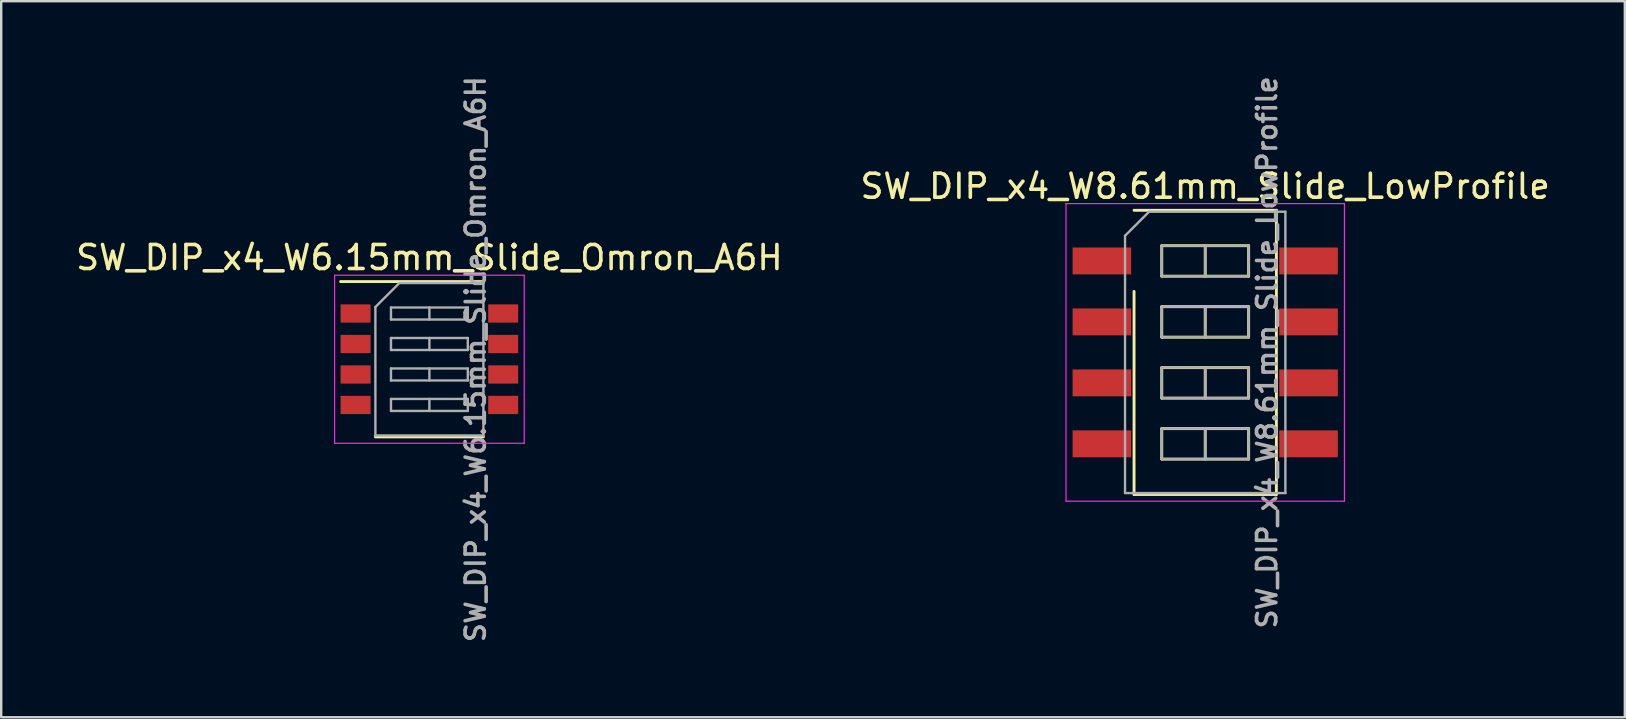
<source format=kicad_pcb>
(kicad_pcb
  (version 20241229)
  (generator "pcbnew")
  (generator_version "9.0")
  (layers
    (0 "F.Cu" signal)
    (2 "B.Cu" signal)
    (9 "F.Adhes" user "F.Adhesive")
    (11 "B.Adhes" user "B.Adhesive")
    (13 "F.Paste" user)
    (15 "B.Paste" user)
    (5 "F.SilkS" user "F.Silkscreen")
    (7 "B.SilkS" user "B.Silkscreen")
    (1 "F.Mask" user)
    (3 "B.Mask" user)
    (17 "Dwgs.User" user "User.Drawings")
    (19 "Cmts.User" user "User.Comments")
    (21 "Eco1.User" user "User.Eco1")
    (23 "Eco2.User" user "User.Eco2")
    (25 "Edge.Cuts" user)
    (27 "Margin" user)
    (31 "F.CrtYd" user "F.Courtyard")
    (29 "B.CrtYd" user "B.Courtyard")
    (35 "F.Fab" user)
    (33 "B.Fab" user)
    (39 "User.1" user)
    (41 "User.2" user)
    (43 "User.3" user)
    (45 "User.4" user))
  (footprint "SW_DIP_x4_W6.15mm_Slide_Omron_A6H"
    (layer "F.Cu")
    (at 14.839 11.916)
    (property "Reference" "SW_DIP_x4_W6.15mm_Slide_Omron_A6H" (at 0 -4.235 0) (layer "F.SilkS") (effects (font (size 1 1) (thickness 0.15))))
    (attr smd)
    (fp_line (start -3.7 -3.235) (end 2.25 -3.235) (stroke (width 0.12) (type solid)) (layer "F.SilkS"))
    (fp_line (start -2.25 3.235) (end 2.25 3.235) (stroke (width 0.12) (type solid)) (layer "F.SilkS"))
    (fp_line (start -3.95 -3.5) (end -3.95 3.5) (stroke (width 0.05) (type solid)) (layer "F.CrtYd"))
    (fp_line (start -3.95 3.5) (end 3.95 3.5) (stroke (width 0.05) (type solid)) (layer "F.CrtYd"))
    (fp_line (start 3.95 -3.5) (end -3.95 -3.5) (stroke (width 0.05) (type solid)) (layer "F.CrtYd"))
    (fp_line (start 3.95 3.5) (end 3.95 -3.5) (stroke (width 0.05) (type solid)) (layer "F.CrtYd"))
    (fp_line (start -2.25 -2.175) (end -1.25 -3.175) (stroke (width 0.1) (type solid)) (layer "F.Fab"))
    (fp_line (start -2.25 3.175) (end -2.25 -2.175) (stroke (width 0.1) (type solid)) (layer "F.Fab"))
    (fp_line (start -1.6 -2.155) (end -1.6 -1.655) (stroke (width 0.1) (type solid)) (layer "F.Fab"))
    (fp_line (start -1.6 -1.655) (end 1.6 -1.655) (stroke (width 0.1) (type solid)) (layer "F.Fab"))
    (fp_line (start -1.6 -0.885) (end -1.6 -0.385) (stroke (width 0.1) (type solid)) (layer "F.Fab"))
    (fp_line (start -1.6 -0.385) (end 1.6 -0.385) (stroke (width 0.1) (type solid)) (layer "F.Fab"))
    (fp_line (start -1.6 0.385) (end -1.6 0.885) (stroke (width 0.1) (type solid)) (layer "F.Fab"))
    (fp_line (start -1.6 0.885) (end 1.6 0.885) (stroke (width 0.1) (type solid)) (layer "F.Fab"))
    (fp_line (start -1.6 1.655) (end -1.6 2.155) (stroke (width 0.1) (type solid)) (layer "F.Fab"))
    (fp_line (start -1.6 2.155) (end 1.6 2.155) (stroke (width 0.1) (type solid)) (layer "F.Fab"))
    (fp_line (start -1.25 -3.175) (end 2.25 -3.175) (stroke (width 0.1) (type solid)) (layer "F.Fab"))
    (fp_line (start 0 -2.155) (end 0 -1.655) (stroke (width 0.1) (type solid)) (layer "F.Fab"))
    (fp_line (start 0 -0.885) (end 0 -0.385) (stroke (width 0.1) (type solid)) (layer "F.Fab"))
    (fp_line (start 0 0.385) (end 0 0.885) (stroke (width 0.1) (type solid)) (layer "F.Fab"))
    (fp_line (start 0 1.655) (end 0 2.155) (stroke (width 0.1) (type solid)) (layer "F.Fab"))
    (fp_line (start 1.6 -2.155) (end -1.6 -2.155) (stroke (width 0.1) (type solid)) (layer "F.Fab"))
    (fp_line (start 1.6 -1.655) (end 1.6 -2.155) (stroke (width 0.1) (type solid)) (layer "F.Fab"))
    (fp_line (start 1.6 -0.885) (end -1.6 -0.885) (stroke (width 0.1) (type solid)) (layer "F.Fab"))
    (fp_line (start 1.6 -0.385) (end 1.6 -0.885) (stroke (width 0.1) (type solid)) (layer "F.Fab"))
    (fp_line (start 1.6 0.385) (end -1.6 0.385) (stroke (width 0.1) (type solid)) (layer "F.Fab"))
    (fp_line (start 1.6 0.885) (end 1.6 0.385) (stroke (width 0.1) (type solid)) (layer "F.Fab"))
    (fp_line (start 1.6 1.655) (end -1.6 1.655) (stroke (width 0.1) (type solid)) (layer "F.Fab"))
    (fp_line (start 1.6 2.155) (end 1.6 1.655) (stroke (width 0.1) (type solid)) (layer "F.Fab"))
    (fp_line (start 2.25 -3.175) (end 2.25 3.175) (stroke (width 0.1) (type solid)) (layer "F.Fab"))
    (fp_line (start 2.25 3.175) (end -2.25 3.175) (stroke (width 0.1) (type solid)) (layer "F.Fab"))
    (fp_text user "${REFERENCE}" (at 1.925 0 90) (layer "F.Fab") (effects (font (size 0.8 0.8) (thickness 0.15))))
    (pad "1" smd rect (at -3.075 -1.905) (size 1.25 0.76) (layers "F.Cu" "F.Mask" "F.Paste"))
    (pad "2" smd rect (at -3.075 -0.635) (size 1.25 0.76) (layers "F.Cu" "F.Mask" "F.Paste"))
    (pad "3" smd rect (at -3.075 0.635) (size 1.25 0.76) (layers "F.Cu" "F.Mask" "F.Paste"))
    (pad "4" smd rect (at -3.075 1.905) (size 1.25 0.76) (layers "F.Cu" "F.Mask" "F.Paste"))
    (pad "5" smd rect (at 3.075 1.905) (size 1.25 0.76) (layers "F.Cu" "F.Mask" "F.Paste"))
    (pad "6" smd rect (at 3.075 0.635) (size 1.25 0.76) (layers "F.Cu" "F.Mask" "F.Paste"))
    (pad "7" smd rect (at 3.075 -0.635) (size 1.25 0.76) (layers "F.Cu" "F.Mask" "F.Paste"))
    (pad "8" smd rect (at 3.075 -1.905) (size 1.25 0.76) (layers "F.Cu" "F.Mask" "F.Paste")))
  (footprint "SW_DIP_x4_W8.61mm_Slide_LowProfile"
    (layer "F.Cu")
    (at 47.161 11.631)
    (property "Reference" "SW_DIP_x4_W8.61mm_Slide_LowProfile" (at 0 -6.92 0) (layer "F.SilkS") (effects (font (size 1 1) (thickness 0.15))))
    (attr smd)
    (fp_line (start -2.965 -5.92) (end 2.965 -5.92) (stroke (width 0.12) (type solid)) (layer "F.SilkS"))
    (fp_line (start -2.965 5.92) (end -2.965 -2.54) (stroke (width 0.12) (type solid)) (layer "F.SilkS"))
    (fp_line (start -1.81 -4.445) (end -1.81 -3.175) (stroke (width 0.12) (type solid)) (layer "F.SilkS"))
    (fp_line (start -1.81 -3.175) (end 1.81 -3.175) (stroke (width 0.12) (type solid)) (layer "F.SilkS"))
    (fp_line (start -1.81 -1.905) (end -1.81 -0.635) (stroke (width 0.12) (type solid)) (layer "F.SilkS"))
    (fp_line (start -1.81 -0.635) (end 1.81 -0.635) (stroke (width 0.12) (type solid)) (layer "F.SilkS"))
    (fp_line (start -1.81 0.635) (end -1.81 1.905) (stroke (width 0.12) (type solid)) (layer "F.SilkS"))
    (fp_line (start -1.81 1.905) (end 1.81 1.905) (stroke (width 0.12) (type solid)) (layer "F.SilkS"))
    (fp_line (start -1.81 3.175) (end -1.81 4.445) (stroke (width 0.12) (type solid)) (layer "F.SilkS"))
    (fp_line (start -1.81 4.445) (end 1.81 4.445) (stroke (width 0.12) (type solid)) (layer "F.SilkS"))
    (fp_line (start 0 -4.445) (end 0 -3.175) (stroke (width 0.12) (type solid)) (layer "F.SilkS"))
    (fp_line (start 0 -1.905) (end 0 -0.635) (stroke (width 0.12) (type solid)) (layer "F.SilkS"))
    (fp_line (start 0 0.635) (end 0 1.905) (stroke (width 0.12) (type solid)) (layer "F.SilkS"))
    (fp_line (start 0 3.175) (end 0 4.445) (stroke (width 0.12) (type solid)) (layer "F.SilkS"))
    (fp_line (start 1.81 -4.445) (end -1.81 -4.445) (stroke (width 0.12) (type solid)) (layer "F.SilkS"))
    (fp_line (start 1.81 -3.175) (end 1.81 -4.445) (stroke (width 0.12) (type solid)) (layer "F.SilkS"))
    (fp_line (start 1.81 -1.905) (end -1.81 -1.905) (stroke (width 0.12) (type solid)) (layer "F.SilkS"))
    (fp_line (start 1.81 -0.635) (end 1.81 -1.905) (stroke (width 0.12) (type solid)) (layer "F.SilkS"))
    (fp_line (start 1.81 0.635) (end -1.81 0.635) (stroke (width 0.12) (type solid)) (layer "F.SilkS"))
    (fp_line (start 1.81 1.905) (end 1.81 0.635) (stroke (width 0.12) (type solid)) (layer "F.SilkS"))
    (fp_line (start 1.81 3.175) (end -1.81 3.175) (stroke (width 0.12) (type solid)) (layer "F.SilkS"))
    (fp_line (start 1.81 4.445) (end 1.81 3.175) (stroke (width 0.12) (type solid)) (layer "F.SilkS"))
    (fp_line (start 2.965 -5.92) (end 2.965 5.92) (stroke (width 0.12) (type solid)) (layer "F.SilkS"))
    (fp_line (start 2.965 5.92) (end -2.965 5.92) (stroke (width 0.12) (type solid)) (layer "F.SilkS"))
    (fp_line (start -5.8 -6.2) (end -5.8 6.2) (stroke (width 0.05) (type solid)) (layer "F.CrtYd"))
    (fp_line (start -5.8 6.2) (end 5.8 6.2) (stroke (width 0.05) (type solid)) (layer "F.CrtYd"))
    (fp_line (start 5.8 -6.2) (end -5.8 -6.2) (stroke (width 0.05) (type solid)) (layer "F.CrtYd"))
    (fp_line (start 5.8 6.2) (end 5.8 -6.2) (stroke (width 0.05) (type solid)) (layer "F.CrtYd"))
    (fp_line (start -3.34 -4.86) (end -2.34 -5.86) (stroke (width 0.1) (type solid)) (layer "F.Fab"))
    (fp_line (start -3.34 5.86) (end -3.34 -4.86) (stroke (width 0.1) (type solid)) (layer "F.Fab"))
    (fp_line (start -2.34 -5.86) (end 3.34 -5.86) (stroke (width 0.1) (type solid)) (layer "F.Fab"))
    (fp_line (start -1.81 -4.445) (end -1.81 -3.175) (stroke (width 0.1) (type solid)) (layer "F.Fab"))
    (fp_line (start -1.81 -3.175) (end 1.81 -3.175) (stroke (width 0.1) (type solid)) (layer "F.Fab"))
    (fp_line (start -1.81 -1.905) (end -1.81 -0.635) (stroke (width 0.1) (type solid)) (layer "F.Fab"))
    (fp_line (start -1.81 -0.635) (end 1.81 -0.635) (stroke (width 0.1) (type solid)) (layer "F.Fab"))
    (fp_line (start -1.81 0.635) (end -1.81 1.905) (stroke (width 0.1) (type solid)) (layer "F.Fab"))
    (fp_line (start -1.81 1.905) (end 1.81 1.905) (stroke (width 0.1) (type solid)) (layer "F.Fab"))
    (fp_line (start -1.81 3.175) (end -1.81 4.445) (stroke (width 0.1) (type solid)) (layer "F.Fab"))
    (fp_line (start -1.81 4.445) (end 1.81 4.445) (stroke (width 0.1) (type solid)) (layer "F.Fab"))
    (fp_line (start 0 -4.445) (end 0 -3.175) (stroke (width 0.1) (type solid)) (layer "F.Fab"))
    (fp_line (start 0 -1.905) (end 0 -0.635) (stroke (width 0.1) (type solid)) (layer "F.Fab"))
    (fp_line (start 0 0.635) (end 0 1.905) (stroke (width 0.1) (type solid)) (layer "F.Fab"))
    (fp_line (start 0 3.175) (end 0 4.445) (stroke (width 0.1) (type solid)) (layer "F.Fab"))
    (fp_line (start 1.81 -4.445) (end -1.81 -4.445) (stroke (width 0.1) (type solid)) (layer "F.Fab"))
    (fp_line (start 1.81 -3.175) (end 1.81 -4.445) (stroke (width 0.1) (type solid)) (layer "F.Fab"))
    (fp_line (start 1.81 -1.905) (end -1.81 -1.905) (stroke (width 0.1) (type solid)) (layer "F.Fab"))
    (fp_line (start 1.81 -0.635) (end 1.81 -1.905) (stroke (width 0.1) (type solid)) (layer "F.Fab"))
    (fp_line (start 1.81 0.635) (end -1.81 0.635) (stroke (width 0.1) (type solid)) (layer "F.Fab"))
    (fp_line (start 1.81 1.905) (end 1.81 0.635) (stroke (width 0.1) (type solid)) (layer "F.Fab"))
    (fp_line (start 1.81 3.175) (end -1.81 3.175) (stroke (width 0.1) (type solid)) (layer "F.Fab"))
    (fp_line (start 1.81 4.445) (end 1.81 3.175) (stroke (width 0.1) (type solid)) (layer "F.Fab"))
    (fp_line (start 3.34 -5.86) (end 3.34 5.86) (stroke (width 0.1) (type solid)) (layer "F.Fab"))
    (fp_line (start 3.34 5.86) (end -3.34 5.86) (stroke (width 0.1) (type solid)) (layer "F.Fab"))
    (fp_text user "${REFERENCE}" (at 2.575 0 90) (layer "F.Fab") (effects (font (size 0.8 0.8) (thickness 0.15))))
    (pad "1" smd rect (at -4.305 -3.81) (size 2.44 1.12) (layers "F.Cu" "F.Mask" "F.Paste"))
    (pad "2" smd rect (at -4.305 -1.27) (size 2.44 1.12) (layers "F.Cu" "F.Mask" "F.Paste"))
    (pad "3" smd rect (at -4.305 1.27) (size 2.44 1.12) (layers "F.Cu" "F.Mask" "F.Paste"))
    (pad "4" smd rect (at -4.305 3.81) (size 2.44 1.12) (layers "F.Cu" "F.Mask" "F.Paste"))
    (pad "5" smd rect (at 4.305 3.81) (size 2.44 1.12) (layers "F.Cu" "F.Mask" "F.Paste"))
    (pad "6" smd rect (at 4.305 1.27) (size 2.44 1.12) (layers "F.Cu" "F.Mask" "F.Paste"))
    (pad "7" smd rect (at 4.305 -1.27) (size 2.44 1.12) (layers "F.Cu" "F.Mask" "F.Paste"))
    (pad "8" smd rect (at 4.305 -3.81) (size 2.44 1.12) (layers "F.Cu" "F.Mask" "F.Paste")))
  (gr_rect
    (start -3 -3)
    (end 64.643 26.833)
    (stroke (width 0.1) (type default))
    (fill no)
    (layer "Edge.Cuts")))
</source>
